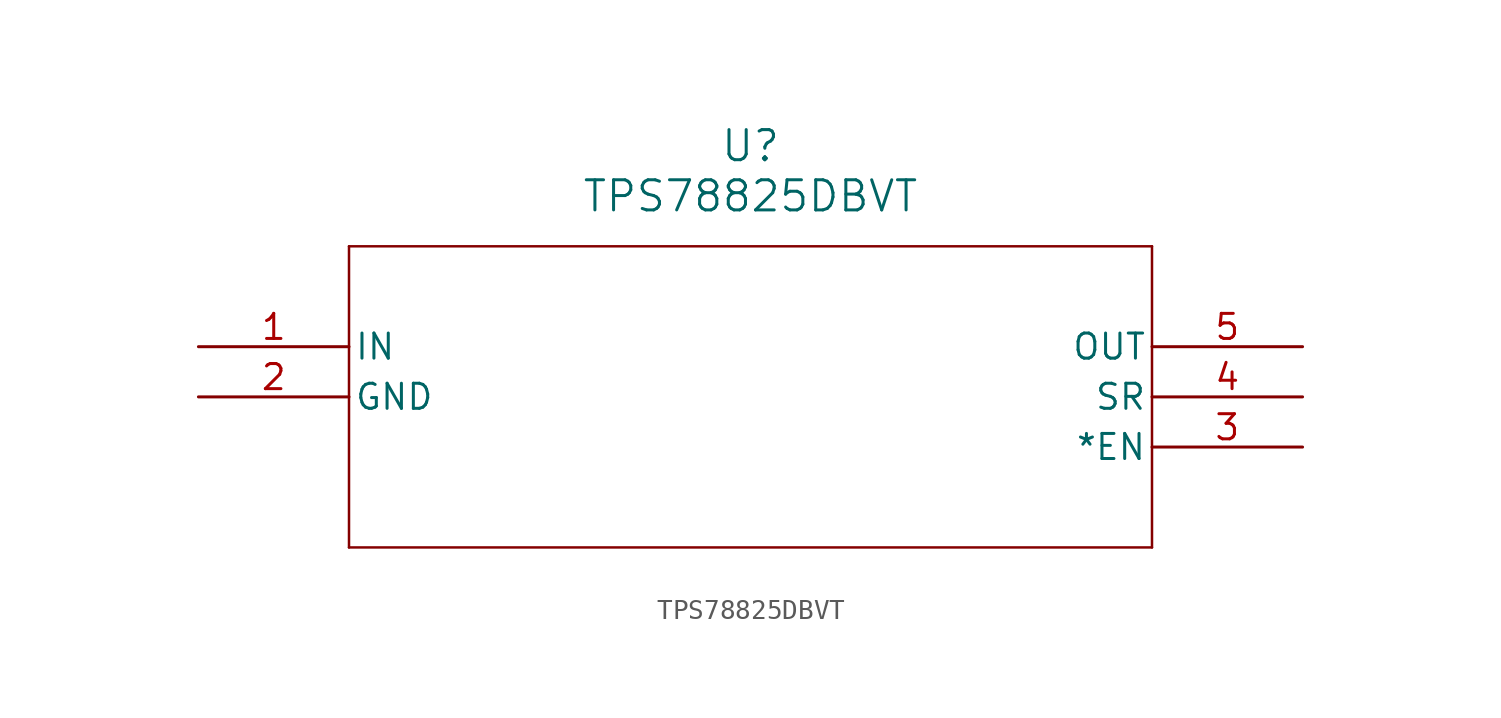
<source format=kicad_sym>
(kicad_symbol_lib
  (version 20211014)
  (generator kicad_symbol_editor)
  (symbol "TPS78825DBVT"
    (pin_names
      (offset 0.254))
    (property "Reference" "U"
      (at 27.94 10.16 0)
      (effects (font (size 1.524 1.524))))
    (property "Value" "TPS78825DBVT"
      (at 27.94 7.62 0)
      (effects (font (size 1.524 1.524))))
    (symbol "TPS78825DBVT_0_1"
      (polyline (pts (xy 7.62 5.08) (xy 7.62 -10.16)) (stroke (width 0.127) (type default) (color 0 0 0 0)) (fill (type none)))
      (polyline (pts (xy 7.62 -10.16) (xy 48.26 -10.16)) (stroke (width 0.127) (type default) (color 0 0 0 0)) (fill (type none)))
      (polyline (pts (xy 48.26 -10.16) (xy 48.26 5.08)) (stroke (width 0.127) (type default) (color 0 0 0 0)) (fill (type none)))
      (polyline (pts (xy 48.26 5.08) (xy 7.62 5.08)) (stroke (width 0.127) (type default) (color 0 0 0 0)) (fill (type none)))
      (pin input line (at 0 0 0) (length 7.62) (name "IN" (effects (font (size 1.27 1.27)))) (number "1" (effects (font (size 1.27 1.27)))))
      (pin power_in line (at 0 -2.54 0) (length 7.62) (name "GND" (effects (font (size 1.27 1.27)))) (number "2" (effects (font (size 1.27 1.27)))))
      (pin unspecified line (at 55.88 -5.08 180) (length 7.62) (name "*EN" (effects (font (size 1.27 1.27)))) (number "3" (effects (font (size 1.27 1.27)))))
      (pin unspecified line (at 55.88 -2.54 180) (length 7.62) (name "SR" (effects (font (size 1.27 1.27)))) (number "4" (effects (font (size 1.27 1.27)))))
      (pin output line (at 55.88 0 180) (length 7.62) (name "OUT" (effects (font (size 1.27 1.27)))) (number "5" (effects (font (size 1.27 1.27))))))))
</source>
